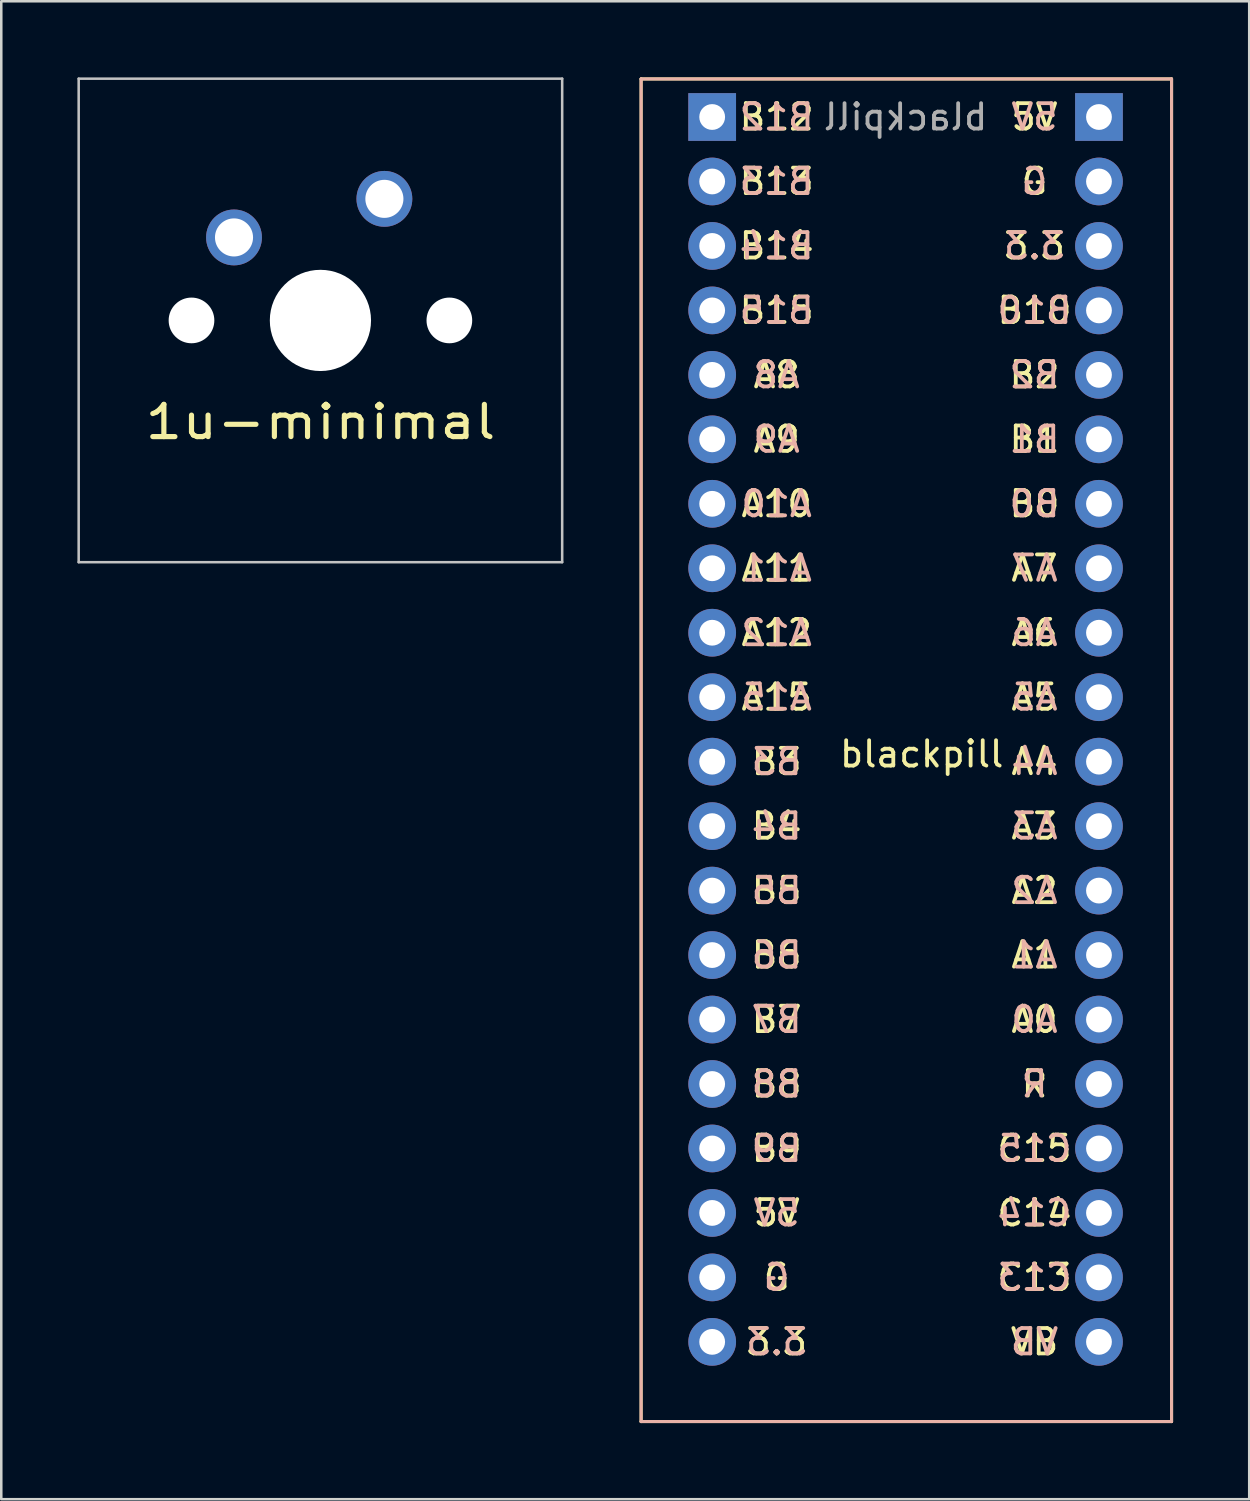
<source format=kicad_pcb>
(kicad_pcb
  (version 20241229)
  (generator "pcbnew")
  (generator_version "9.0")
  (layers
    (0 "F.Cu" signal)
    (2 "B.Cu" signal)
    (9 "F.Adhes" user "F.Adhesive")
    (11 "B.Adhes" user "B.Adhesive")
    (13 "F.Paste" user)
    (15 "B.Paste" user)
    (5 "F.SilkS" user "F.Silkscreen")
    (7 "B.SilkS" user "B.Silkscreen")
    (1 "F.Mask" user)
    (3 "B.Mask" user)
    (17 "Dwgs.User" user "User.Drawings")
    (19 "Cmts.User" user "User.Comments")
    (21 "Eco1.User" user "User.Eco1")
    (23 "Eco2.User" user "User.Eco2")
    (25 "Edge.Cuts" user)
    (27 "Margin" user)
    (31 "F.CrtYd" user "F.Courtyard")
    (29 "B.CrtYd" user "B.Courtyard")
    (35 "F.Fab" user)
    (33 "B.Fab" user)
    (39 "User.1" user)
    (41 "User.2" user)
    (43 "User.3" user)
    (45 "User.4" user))
  (footprint "blackpill"
    (layer "F.Cu")
    (at 32.63 1.56)
    (property "Reference" "blackpill" (at 0.635 25.1 0) (layer "F.SilkS") (effects (font (size 1 1) (thickness 0.15))))
    (attr through_hole)
    (fp_line (start -10.42 -1.5) (end 10.48 -1.5) (stroke (width 0.12) (type solid)) (layer "F.SilkS"))
    (fp_line (start -10.42 51.4) (end -10.42 -1.5) (stroke (width 0.12) (type solid)) (layer "F.SilkS"))
    (fp_line (start 10.48 -1.5) (end 10.48 51.4) (stroke (width 0.12) (type solid)) (layer "F.SilkS"))
    (fp_line (start 10.48 51.4) (end -10.42 51.4) (stroke (width 0.12) (type solid)) (layer "F.SilkS"))
    (fp_line (start -10.42 -1.5) (end 10.48 -1.5) (stroke (width 0.12) (type solid)) (layer "B.SilkS"))
    (fp_line (start -10.42 51.4) (end -10.42 -1.5) (stroke (width 0.12) (type solid)) (layer "B.SilkS"))
    (fp_line (start 10.48 -1.5) (end 10.48 51.4) (stroke (width 0.12) (type solid)) (layer "B.SilkS"))
    (fp_line (start 10.48 51.4) (end -10.42 51.4) (stroke (width 0.12) (type solid)) (layer "B.SilkS"))
    (fp_text user "5V" (at 5.08 0 0) (layer "F.SilkS") (effects (font (size 1 1) (thickness 0.15))))
    (fp_text user "G" (at -5.08 45.72 0) (layer "F.SilkS") (effects (font (size 1 1) (thickness 0.15))))
    (fp_text user "B6" (at -5.08 33.02 0) (layer "F.SilkS") (effects (font (size 1 1) (thickness 0.15))))
    (fp_text user "A6" (at 5.08 20.32 0) (layer "F.SilkS") (effects (font (size 1 1) (thickness 0.15))))
    (fp_text user "A0" (at 5.08 35.56 0) (layer "F.SilkS") (effects (font (size 1 1) (thickness 0.15))))
    (fp_text user "B9" (at -5.08 40.64 0) (layer "F.SilkS") (effects (font (size 1 1) (thickness 0.15))))
    (fp_text user "B4" (at -5.08 27.94 0) (layer "F.SilkS") (effects (font (size 1 1) (thickness 0.15))))
    (fp_text user "VB" (at 5.08 48.26 0) (layer "F.SilkS") (effects (font (size 1 1) (thickness 0.15))))
    (fp_text user "A8" (at -5.08 10.16 0) (layer "F.SilkS") (effects (font (size 1 1) (thickness 0.15))))
    (fp_text user "B13" (at -5.08 2.54 0) (layer "F.SilkS") (effects (font (size 1 1) (thickness 0.15))))
    (fp_text user "A15" (at -5.08 22.86 0) (layer "F.SilkS") (effects (font (size 1 1) (thickness 0.15))))
    (fp_text user "B1" (at 5.08 12.7 0) (layer "F.SilkS") (effects (font (size 1 1) (thickness 0.15))))
    (fp_text user "C14" (at 5.08 43.18 0) (layer "F.SilkS") (effects (font (size 1 1) (thickness 0.15))))
    (fp_text user "B5" (at -5.08 30.48 0) (layer "F.SilkS") (effects (font (size 1 1) (thickness 0.15))))
    (fp_text user "C13" (at 5.08 45.72 0) (layer "F.SilkS") (effects (font (size 1 1) (thickness 0.15))))
    (fp_text user "A5" (at 5.08 22.86 0) (layer "F.SilkS") (effects (font (size 1 1) (thickness 0.15))))
    (fp_text user "B2" (at 5.08 10.16 0) (layer "F.SilkS") (effects (font (size 1 1) (thickness 0.15))))
    (fp_text user "5V" (at -5.08 43.18 0) (layer "F.SilkS") (effects (font (size 1 1) (thickness 0.15))))
    (fp_text user "B0" (at 5.08 15.24 0) (layer "F.SilkS") (effects (font (size 1 1) (thickness 0.15))))
    (fp_text user "A10" (at -5.08 15.24 0) (layer "F.SilkS") (effects (font (size 1 1) (thickness 0.15))))
    (fp_text user "A4" (at 5.08 25.4 0) (layer "F.SilkS") (effects (font (size 1 1) (thickness 0.15))))
    (fp_text user "3.3" (at 5.08 5.08 0) (layer "F.SilkS") (effects (font (size 1 1) (thickness 0.15))))
    (fp_text user "B3" (at -5.08 25.4 0) (layer "F.SilkS") (effects (font (size 1 1) (thickness 0.15))))
    (fp_text user "G" (at 5.08 2.54 0) (layer "F.SilkS") (effects (font (size 1 1) (thickness 0.15))))
    (fp_text user "R" (at 5.08 38.1 0) (layer "F.SilkS") (effects (font (size 1 1) (thickness 0.15))))
    (fp_text user "B7" (at -5.08 35.56 0) (layer "F.SilkS") (effects (font (size 1 1) (thickness 0.15))))
    (fp_text user "A11" (at -5.08 17.78 0) (layer "F.SilkS") (effects (font (size 1 1) (thickness 0.15))))
    (fp_text user "B10" (at 5.08 7.62 0) (layer "F.SilkS") (effects (font (size 1 1) (thickness 0.15))))
    (fp_text user "B15" (at -5.08 7.62 0) (layer "F.SilkS") (effects (font (size 1 1) (thickness 0.15))))
    (fp_text user "A2" (at 5.08 30.48 0) (layer "F.SilkS") (effects (font (size 1 1) (thickness 0.15))))
    (fp_text user "A7" (at 5.08 17.78 0) (layer "F.SilkS") (effects (font (size 1 1) (thickness 0.15))))
    (fp_text user "B14" (at -5.08 5.08 0) (layer "F.SilkS") (effects (font (size 1 1) (thickness 0.15))))
    (fp_text user "A1" (at 5.08 33.02 0) (layer "F.SilkS") (effects (font (size 1 1) (thickness 0.15))))
    (fp_text user "A9" (at -5.08 12.7 0) (layer "F.SilkS") (effects (font (size 1 1) (thickness 0.15))))
    (fp_text user "A12" (at -5.08 20.32 0) (layer "F.SilkS") (effects (font (size 1 1) (thickness 0.15))))
    (fp_text user "B12" (at -5.08 0 0) (layer "F.SilkS") (effects (font (size 1 1) (thickness 0.15))))
    (fp_text user "B8" (at -5.08 38.1 0) (layer "F.SilkS") (effects (font (size 1 1) (thickness 0.15))))
    (fp_text user "C15" (at 5.08 40.64 0) (layer "F.SilkS") (effects (font (size 1 1) (thickness 0.15))))
    (fp_text user "A3" (at 5.08 27.94 0) (layer "F.SilkS") (effects (font (size 1 1) (thickness 0.15))))
    (fp_text user "3.3" (at -5.08 48.26 0) (layer "F.SilkS") (effects (font (size 1 1) (thickness 0.15))))
    (fp_text user "C13" (at 5.08 45.72 0) (layer "B.SilkS") (effects (font (size 1 1) (thickness 0.15)) (justify mirror)))
    (fp_text user "3.3" (at 5.08 5.08 0) (layer "B.SilkS") (effects (font (size 1 1) (thickness 0.15)) (justify mirror)))
    (fp_text user "5V" (at -5.08 43.18 0) (layer "B.SilkS") (effects (font (size 1 1) (thickness 0.15)) (justify mirror)))
    (fp_text user "R" (at 5.08 38.1 0) (layer "B.SilkS") (effects (font (size 1 1) (thickness 0.15)) (justify mirror)))
    (fp_text user "A12" (at -5.08 20.32 0) (layer "B.SilkS") (effects (font (size 1 1) (thickness 0.15)) (justify mirror)))
    (fp_text user "B14" (at -5.08 5.08 0) (layer "B.SilkS") (effects (font (size 1 1) (thickness 0.15)) (justify mirror)))
    (fp_text user "A1" (at 5.08 33.02 0) (layer "B.SilkS") (effects (font (size 1 1) (thickness 0.15)) (justify mirror)))
    (fp_text user "B13" (at -5.08 2.54 0) (layer "B.SilkS") (effects (font (size 1 1) (thickness 0.15)) (justify mirror)))
    (fp_text user "B3" (at -5.08 25.4 0) (layer "B.SilkS") (effects (font (size 1 1) (thickness 0.15)) (justify mirror)))
    (fp_text user "C14" (at 5.08 43.18 0) (layer "B.SilkS") (effects (font (size 1 1) (thickness 0.15)) (justify mirror)))
    (fp_text user "A9" (at -5.08 12.7 0) (layer "B.SilkS") (effects (font (size 1 1) (thickness 0.15)) (justify mirror)))
    (fp_text user "B4" (at -5.08 27.94 0) (layer "B.SilkS") (effects (font (size 1 1) (thickness 0.15)) (justify mirror)))
    (fp_text user "A2" (at 5.08 30.48 0) (layer "B.SilkS") (effects (font (size 1 1) (thickness 0.15)) (justify mirror)))
    (fp_text user "B6" (at -5.08 33.02 0) (layer "B.SilkS") (effects (font (size 1 1) (thickness 0.15)) (justify mirror)))
    (fp_text user "B5" (at -5.08 30.48 0) (layer "B.SilkS") (effects (font (size 1 1) (thickness 0.15)) (justify mirror)))
    (fp_text user "A10" (at -5.08 15.24 0) (layer "B.SilkS") (effects (font (size 1 1) (thickness 0.15)) (justify mirror)))
    (fp_text user "B8" (at -5.08 38.1 0) (layer "B.SilkS") (effects (font (size 1 1) (thickness 0.15)) (justify mirror)))
    (fp_text user "B0" (at 5.08 15.24 0) (layer "B.SilkS") (effects (font (size 1 1) (thickness 0.15)) (justify mirror)))
    (fp_text user "B10" (at 5.08 7.62 0) (layer "B.SilkS") (effects (font (size 1 1) (thickness 0.15)) (justify mirror)))
    (fp_text user "B1" (at 5.08 12.7 0) (layer "B.SilkS") (effects (font (size 1 1) (thickness 0.15)) (justify mirror)))
    (fp_text user "A4" (at 5.08 25.4 0) (layer "B.SilkS") (effects (font (size 1 1) (thickness 0.15)) (justify mirror)))
    (fp_text user "A3" (at 5.08 27.94 0) (layer "B.SilkS") (effects (font (size 1 1) (thickness 0.15)) (justify mirror)))
    (fp_text user "3.3" (at -5.08 48.26 0) (layer "B.SilkS") (effects (font (size 1 1) (thickness 0.15)) (justify mirror)))
    (fp_text user "B9" (at -5.08 40.64 0) (layer "B.SilkS") (effects (font (size 1 1) (thickness 0.15)) (justify mirror)))
    (fp_text user "B7" (at -5.08 35.56 0) (layer "B.SilkS") (effects (font (size 1 1) (thickness 0.15)) (justify mirror)))
    (fp_text user "B2" (at 5.08 10.16 0) (layer "B.SilkS") (effects (font (size 1 1) (thickness 0.15)) (justify mirror)))
    (fp_text user "VB" (at 5.08 48.26 0) (layer "B.SilkS") (effects (font (size 1 1) (thickness 0.15)) (justify mirror)))
    (fp_text user "A7" (at 5.08 17.78 0) (layer "B.SilkS") (effects (font (size 1 1) (thickness 0.15)) (justify mirror)))
    (fp_text user "B12" (at -5.08 0 0) (layer "B.SilkS") (effects (font (size 1 1) (thickness 0.15)) (justify mirror)))
    (fp_text user "G" (at 5.08 2.54 0) (layer "B.SilkS") (effects (font (size 1 1) (thickness 0.15)) (justify mirror)))
    (fp_text user "A8" (at -5.08 10.16 0) (layer "B.SilkS") (effects (font (size 1 1) (thickness 0.15)) (justify mirror)))
    (fp_text user "B15" (at -5.08 7.62 0) (layer "B.SilkS") (effects (font (size 1 1) (thickness 0.15)) (justify mirror)))
    (fp_text user "C15" (at 5.08 40.64 0) (layer "B.SilkS") (effects (font (size 1 1) (thickness 0.15)) (justify mirror)))
    (fp_text user "5V" (at 5.08 0 0) (layer "B.SilkS") (effects (font (size 1 1) (thickness 0.15)) (justify mirror)))
    (fp_text user "A11" (at -5.08 17.78 0) (layer "B.SilkS") (effects (font (size 1 1) (thickness 0.15)) (justify mirror)))
    (fp_text user "A5" (at 5.08 22.86 0) (layer "B.SilkS") (effects (font (size 1 1) (thickness 0.15)) (justify mirror)))
    (fp_text user "A0" (at 5.08 35.56 0) (layer "B.SilkS") (effects (font (size 1 1) (thickness 0.15)) (justify mirror)))
    (fp_text user "A6" (at 5.08 20.32 0) (layer "B.SilkS") (effects (font (size 1 1) (thickness 0.15)) (justify mirror)))
    (fp_text user "A15" (at -5.08 22.86 0) (layer "B.SilkS") (effects (font (size 1 1) (thickness 0.15)) (justify mirror)))
    (fp_text user "G" (at -5.08 45.72 0) (layer "B.SilkS") (effects (font (size 1 1) (thickness 0.15)) (justify mirror)))
    (fp_text user "${REFERENCE}" (at 0 0 0) (layer "F.Fab") (effects (font (size 1 1) (thickness 0.15)) (justify mirror)))
    (pad "1" thru_hole rect (at -7.62 0) (size 1.88 1.88) (drill 1.016) (layers "*.Cu" "*.Mask"))
    (pad "2" thru_hole circle (at -7.62 2.54) (size 1.88 1.88) (drill 1.016) (layers "*.Cu" "*.Mask"))
    (pad "3" thru_hole circle (at -7.62 5.08) (size 1.88 1.88) (drill 1.016) (layers "*.Cu" "*.Mask"))
    (pad "4" thru_hole circle (at -7.62 7.62) (size 1.88 1.88) (drill 1.016) (layers "*.Cu" "*.Mask"))
    (pad "5" thru_hole circle (at -7.62 10.16) (size 1.88 1.88) (drill 1.016) (layers "*.Cu" "*.Mask"))
    (pad "6" thru_hole circle (at -7.62 12.7) (size 1.88 1.88) (drill 1.016) (layers "*.Cu" "*.Mask"))
    (pad "7" thru_hole circle (at -7.62 15.24) (size 1.88 1.88) (drill 1.016) (layers "*.Cu" "*.Mask"))
    (pad "8" thru_hole circle (at -7.62 17.78) (size 1.88 1.88) (drill 1.016) (layers "*.Cu" "*.Mask"))
    (pad "9" thru_hole circle (at -7.62 20.32) (size 1.88 1.88) (drill 1.016) (layers "*.Cu" "*.Mask"))
    (pad "10" thru_hole circle (at -7.62 22.86) (size 1.88 1.88) (drill 1.016) (layers "*.Cu" "*.Mask"))
    (pad "11" thru_hole circle (at -7.62 25.4) (size 1.88 1.88) (drill 1.016) (layers "*.Cu" "*.Mask"))
    (pad "12" thru_hole circle (at -7.62 27.94) (size 1.88 1.88) (drill 1.016) (layers "*.Cu" "*.Mask"))
    (pad "13" thru_hole circle (at -7.62 30.48) (size 1.88 1.88) (drill 1.016) (layers "*.Cu" "*.Mask"))
    (pad "14" thru_hole circle (at -7.62 33.02) (size 1.88 1.88) (drill 1.016) (layers "*.Cu" "*.Mask"))
    (pad "15" thru_hole circle (at -7.62 35.56) (size 1.88 1.88) (drill 1.016) (layers "*.Cu" "*.Mask"))
    (pad "16" thru_hole circle (at -7.62 38.1) (size 1.88 1.88) (drill 1.016) (layers "*.Cu" "*.Mask"))
    (pad "17" thru_hole circle (at -7.62 40.64) (size 1.88 1.88) (drill 1.016) (layers "*.Cu" "*.Mask"))
    (pad "18" thru_hole circle (at -7.62 43.18) (size 1.88 1.88) (drill 1.016) (layers "*.Cu" "*.Mask"))
    (pad "19" thru_hole circle (at -7.62 45.72) (size 1.88 1.88) (drill 1.016) (layers "*.Cu" "*.Mask"))
    (pad "20" thru_hole circle (at -7.62 48.26) (size 1.88 1.88) (drill 1.016) (layers "*.Cu" "*.Mask"))
    (pad "21" thru_hole circle (at 7.62 48.26) (size 1.88 1.88) (drill 1.016) (layers "*.Cu" "*.Mask"))
    (pad "22" thru_hole circle (at 7.62 45.72) (size 1.88 1.88) (drill 1.016) (layers "*.Cu" "*.Mask"))
    (pad "23" thru_hole circle (at 7.62 43.18) (size 1.88 1.88) (drill 1.016) (layers "*.Cu" "*.Mask"))
    (pad "24" thru_hole circle (at 7.62 40.64) (size 1.88 1.88) (drill 1.016) (layers "*.Cu" "*.Mask"))
    (pad "25" thru_hole circle (at 7.62 38.1) (size 1.88 1.88) (drill 1.016) (layers "*.Cu" "*.Mask"))
    (pad "26" thru_hole circle (at 7.62 35.56) (size 1.88 1.88) (drill 1.016) (layers "*.Cu" "*.Mask"))
    (pad "27" thru_hole circle (at 7.62 33.02) (size 1.88 1.88) (drill 1.016) (layers "*.Cu" "*.Mask"))
    (pad "28" thru_hole circle (at 7.62 30.48) (size 1.88 1.88) (drill 1.016) (layers "*.Cu" "*.Mask"))
    (pad "29" thru_hole circle (at 7.62 27.94) (size 1.88 1.88) (drill 1.016) (layers "*.Cu" "*.Mask"))
    (pad "30" thru_hole circle (at 7.62 25.4) (size 1.88 1.88) (drill 1.016) (layers "*.Cu" "*.Mask"))
    (pad "31" thru_hole circle (at 7.62 22.86) (size 1.88 1.88) (drill 1.016) (layers "*.Cu" "*.Mask"))
    (pad "32" thru_hole circle (at 7.62 20.32) (size 1.88 1.88) (drill 1.016) (layers "*.Cu" "*.Mask"))
    (pad "33" thru_hole circle (at 7.62 17.78) (size 1.88 1.88) (drill 1.016) (layers "*.Cu" "*.Mask"))
    (pad "34" thru_hole circle (at 7.62 15.24) (size 1.88 1.88) (drill 1.016) (layers "*.Cu" "*.Mask"))
    (pad "35" thru_hole circle (at 7.62 12.7) (size 1.88 1.88) (drill 1.016) (layers "*.Cu" "*.Mask"))
    (pad "36" thru_hole circle (at 7.62 10.16) (size 1.88 1.88) (drill 1.016) (layers "*.Cu" "*.Mask"))
    (pad "37" thru_hole circle (at 7.62 7.62) (size 1.88 1.88) (drill 1.016) (layers "*.Cu" "*.Mask"))
    (pad "38" thru_hole circle (at 7.62 5.08) (size 1.88 1.88) (drill 1.016) (layers "*.Cu" "*.Mask"))
    (pad "39" thru_hole circle (at 7.62 2.54) (size 1.88 1.88) (drill 1.016) (layers "*.Cu" "*.Mask"))
    (pad "40" thru_hole rect (at 7.62 0) (size 1.88 1.88) (drill 1.016) (layers "*.Cu" "*.Mask")))
  (footprint "1u-minimal"
    (layer "F.Cu")
    (at 9.575 9.575)
    (property "Reference" "1u-minimal" (at 0 4 0) (layer "F.SilkS") (effects (font (size 1.27 1.524) (thickness 0.203))))
    (attr through_hole)
    (fp_line (start -9.525 -9.525) (end 9.525 -9.525) (stroke (width 0.1) (type solid)) (layer "Dwgs.User"))
    (fp_line (start -9.525 9.525) (end -9.525 -9.525) (stroke (width 0.1) (type solid)) (layer "Dwgs.User"))
    (fp_line (start 9.525 -9.525) (end 9.525 9.525) (stroke (width 0.1) (type solid)) (layer "Dwgs.User"))
    (fp_line (start 9.525 9.525) (end -9.525 9.525) (stroke (width 0.1) (type solid)) (layer "Dwgs.User"))
    (fp_line (start -7 -7) (end 7 -7) (stroke (width 0.12) (type solid)) (layer "Eco2.User"))
    (fp_line (start -7 7) (end -7 -7) (stroke (width 0.12) (type solid)) (layer "Eco2.User"))
    (fp_line (start 7 -7) (end 7 7) (stroke (width 0.12) (type solid)) (layer "Eco2.User"))
    (fp_line (start 7 7) (end -7 7) (stroke (width 0.12) (type solid)) (layer "Eco2.User"))
    (pad "" np_thru_hole circle (at -5.08 0) (size 1.8 1.8) (drill 1.8) (layers "*.Cu" "*.Mask"))
    (pad "" np_thru_hole circle (at 0 0) (size 3.988 3.988) (drill 3.988) (layers "*.Cu" "*.Mask"))
    (pad "" np_thru_hole circle (at 5.08 0) (size 1.8 1.8) (drill 1.8) (layers "*.Cu" "*.Mask"))
    (pad "1" thru_hole circle (at -3.405 -3.27 29) (size 2.2 2.2) (drill 1.5) (layers "*.Cu" "*.Mask"))
    (pad "2" thru_hole circle (at 2.52 -4.79) (size 2.2 2.2) (drill 1.5) (layers "*.Cu" "*.Mask")))
  (gr_rect
    (start -3 -3)
    (end 46.17 56.02)
    (stroke (width 0.1) (type default))
    (fill no)
    (layer "Edge.Cuts")))
</source>
